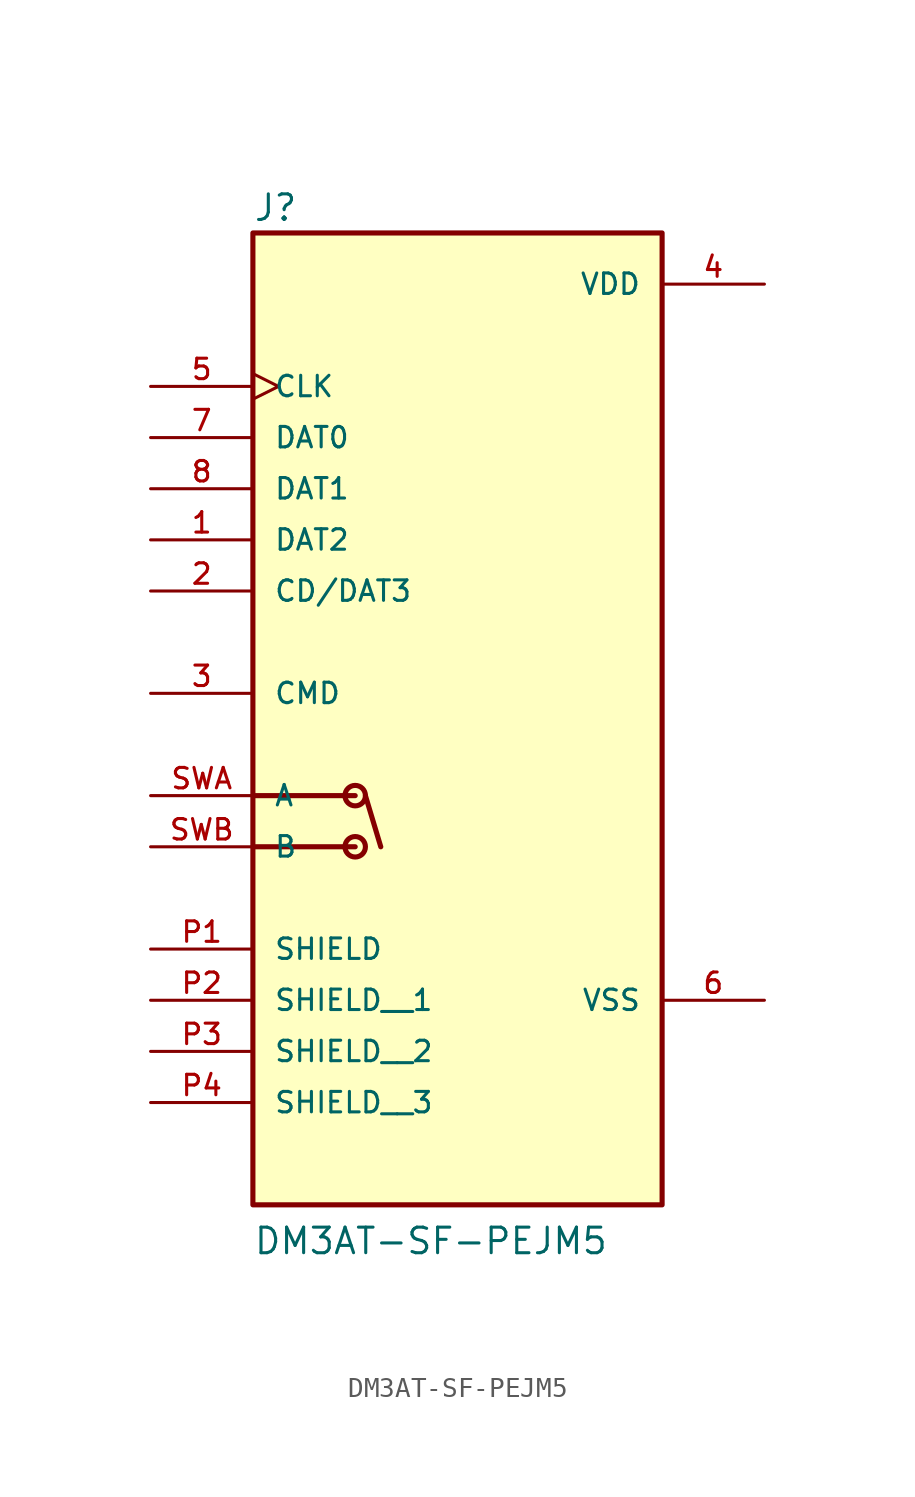
<source format=kicad_sym>
(kicad_symbol_lib
  (version 20220914)
  (generator kicad_symbol_editor)
  (symbol "DM3AT-SF-PEJM5"
    (pin_names
      (offset 1.016))
    (property "Reference" "J"
      (at -10.16 20.828 0)
      (effects (font (size 1.27 1.27)) (justify left bottom)))
    (property "Value" "DM3AT-SF-PEJM5"
      (at -10.16 -30.48 0)
      (effects (font (size 1.27 1.27)) (justify left bottom)))
    (symbol "DM3AT-SF-PEJM5_0_0"
      (rectangle (start -10.16 -27.94) (end 10.16 20.32) (stroke (width 0.254) (type default)) (fill (type background)))
      (circle (center -5.08 -10.16) (radius 0.508) (stroke (width 0.254) (type default)) (fill (type none)))
      (circle (center -5.08 -7.62) (radius 0.508) (stroke (width 0.254) (type default)) (fill (type none)))
      (polyline (pts (xy -10.16 -10.16) (xy -5.08 -10.16)) (stroke (width 0.254) (type default)) (fill (type none)))
      (polyline (pts (xy -10.16 -7.62) (xy -5.08 -7.62)) (stroke (width 0.254) (type default)) (fill (type none)))
      (polyline (pts (xy -4.572 -7.62) (xy -3.81 -10.16)) (stroke (width 0.254) (type default)) (fill (type none)))
      (pin bidirectional line (at -15.24 5.08 0) (length 5.08) (name "DAT2" (effects (font (size 1.016 1.016)))) (number "1" (effects (font (size 1.016 1.016)))))
      (pin bidirectional line (at -15.24 2.54 0) (length 5.08) (name "CD/DAT3" (effects (font (size 1.016 1.016)))) (number "2" (effects (font (size 1.016 1.016)))))
      (pin bidirectional line (at -15.24 -2.54 0) (length 5.08) (name "CMD" (effects (font (size 1.016 1.016)))) (number "3" (effects (font (size 1.016 1.016)))))
      (pin power_in line (at 15.24 17.78 180) (length 5.08) (name "VDD" (effects (font (size 1.016 1.016)))) (number "4" (effects (font (size 1.016 1.016)))))
      (pin bidirectional clock (at -15.24 12.7 0) (length 5.08) (name "CLK" (effects (font (size 1.016 1.016)))) (number "5" (effects (font (size 1.016 1.016)))))
      (pin power_in line (at 15.24 -17.78 180) (length 5.08) (name "VSS" (effects (font (size 1.016 1.016)))) (number "6" (effects (font (size 1.016 1.016)))))
      (pin bidirectional line (at -15.24 10.16 0) (length 5.08) (name "DAT0" (effects (font (size 1.016 1.016)))) (number "7" (effects (font (size 1.016 1.016)))))
      (pin bidirectional line (at -15.24 7.62 0) (length 5.08) (name "DAT1" (effects (font (size 1.016 1.016)))) (number "8" (effects (font (size 1.016 1.016)))))
      (pin passive line (at -15.24 -15.24 0) (length 5.08) (name "SHIELD" (effects (font (size 1.016 1.016)))) (number "P1" (effects (font (size 1.016 1.016)))))
      (pin passive line (at -15.24 -17.78 0) (length 5.08) (name "SHIELD__1" (effects (font (size 1.016 1.016)))) (number "P2" (effects (font (size 1.016 1.016)))))
      (pin passive line (at -15.24 -20.32 0) (length 5.08) (name "SHIELD__2" (effects (font (size 1.016 1.016)))) (number "P3" (effects (font (size 1.016 1.016)))))
      (pin passive line (at -15.24 -22.86 0) (length 5.08) (name "SHIELD__3" (effects (font (size 1.016 1.016)))) (number "P4" (effects (font (size 1.016 1.016)))))
      (pin bidirectional line (at -15.24 -7.62 0) (length 5.08) (name "A" (effects (font (size 1.016 1.016)))) (number "SWA" (effects (font (size 1.016 1.016)))))
      (pin bidirectional line (at -15.24 -10.16 0) (length 5.08) (name "B" (effects (font (size 1.016 1.016)))) (number "SWB" (effects (font (size 1.016 1.016))))))))
</source>
